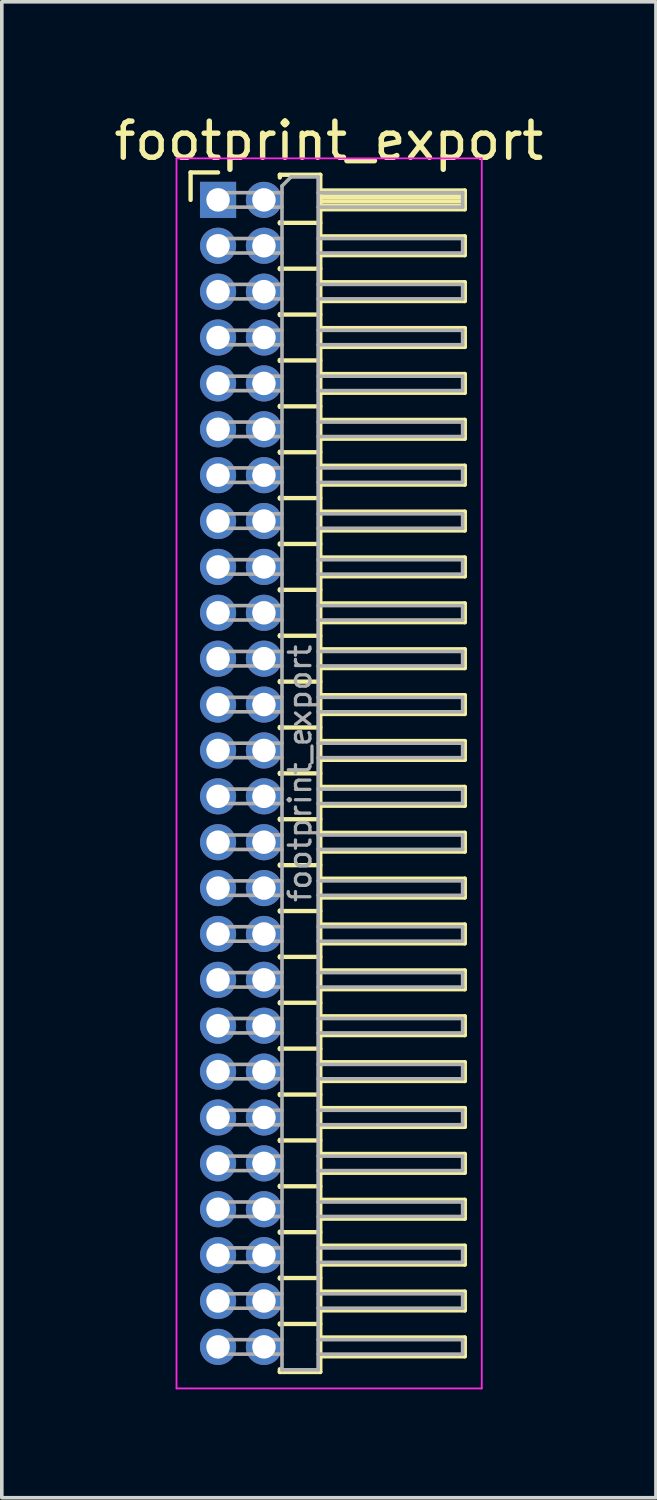
<source format=kicad_pcb>
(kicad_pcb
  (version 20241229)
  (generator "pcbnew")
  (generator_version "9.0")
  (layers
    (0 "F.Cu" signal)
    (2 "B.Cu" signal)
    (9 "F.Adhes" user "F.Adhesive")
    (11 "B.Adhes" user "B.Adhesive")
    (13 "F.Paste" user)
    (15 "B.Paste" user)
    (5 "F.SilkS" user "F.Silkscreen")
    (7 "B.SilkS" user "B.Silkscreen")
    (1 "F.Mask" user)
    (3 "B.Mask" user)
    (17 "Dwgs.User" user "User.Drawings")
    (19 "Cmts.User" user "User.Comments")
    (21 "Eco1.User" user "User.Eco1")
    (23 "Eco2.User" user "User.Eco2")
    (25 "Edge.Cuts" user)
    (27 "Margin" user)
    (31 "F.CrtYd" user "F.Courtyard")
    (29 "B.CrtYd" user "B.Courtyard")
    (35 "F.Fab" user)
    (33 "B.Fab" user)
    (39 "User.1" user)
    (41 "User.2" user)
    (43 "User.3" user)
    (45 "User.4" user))
  (footprint "footprint_export"
    (layer "F.Cu")
    (at 2.986 2.483)
    (property "Reference" "footprint_export" (at 3.067 -1.635 0) (layer "F.SilkS") (effects (font (size 1 1) (thickness 0.15))))
    (attr through_hole)
    (fp_line (start -0.76 -0.76) (end 0 -0.76) (stroke (width 0.12) (type solid)) (layer "F.SilkS"))
    (fp_line (start -0.76 0) (end -0.76 -0.76) (stroke (width 0.12) (type solid)) (layer "F.SilkS"))
    (fp_line (start 1.71 -0.695) (end 2.83 -0.695) (stroke (width 0.12) (type solid)) (layer "F.SilkS"))
    (fp_line (start 1.71 -0.62) (end 1.71 -0.695) (stroke (width 0.12) (type solid)) (layer "F.SilkS"))
    (fp_line (start 1.71 0.62) (end 1.71 0.65) (stroke (width 0.12) (type solid)) (layer "F.SilkS"))
    (fp_line (start 1.71 0.635) (end 2.83 0.635) (stroke (width 0.12) (type solid)) (layer "F.SilkS"))
    (fp_line (start 1.71 1.89) (end 1.71 1.92) (stroke (width 0.12) (type solid)) (layer "F.SilkS"))
    (fp_line (start 1.71 1.905) (end 2.83 1.905) (stroke (width 0.12) (type solid)) (layer "F.SilkS"))
    (fp_line (start 1.71 3.16) (end 1.71 3.19) (stroke (width 0.12) (type solid)) (layer "F.SilkS"))
    (fp_line (start 1.71 3.175) (end 2.83 3.175) (stroke (width 0.12) (type solid)) (layer "F.SilkS"))
    (fp_line (start 1.71 4.43) (end 1.71 4.46) (stroke (width 0.12) (type solid)) (layer "F.SilkS"))
    (fp_line (start 1.71 4.445) (end 2.83 4.445) (stroke (width 0.12) (type solid)) (layer "F.SilkS"))
    (fp_line (start 1.71 5.7) (end 1.71 5.73) (stroke (width 0.12) (type solid)) (layer "F.SilkS"))
    (fp_line (start 1.71 5.715) (end 2.83 5.715) (stroke (width 0.12) (type solid)) (layer "F.SilkS"))
    (fp_line (start 1.71 6.97) (end 1.71 7) (stroke (width 0.12) (type solid)) (layer "F.SilkS"))
    (fp_line (start 1.71 6.985) (end 2.83 6.985) (stroke (width 0.12) (type solid)) (layer "F.SilkS"))
    (fp_line (start 1.71 8.24) (end 1.71 8.27) (stroke (width 0.12) (type solid)) (layer "F.SilkS"))
    (fp_line (start 1.71 8.255) (end 2.83 8.255) (stroke (width 0.12) (type solid)) (layer "F.SilkS"))
    (fp_line (start 1.71 9.51) (end 1.71 9.54) (stroke (width 0.12) (type solid)) (layer "F.SilkS"))
    (fp_line (start 1.71 9.525) (end 2.83 9.525) (stroke (width 0.12) (type solid)) (layer "F.SilkS"))
    (fp_line (start 1.71 10.78) (end 1.71 10.81) (stroke (width 0.12) (type solid)) (layer "F.SilkS"))
    (fp_line (start 1.71 10.795) (end 2.83 10.795) (stroke (width 0.12) (type solid)) (layer "F.SilkS"))
    (fp_line (start 1.71 12.05) (end 1.71 12.08) (stroke (width 0.12) (type solid)) (layer "F.SilkS"))
    (fp_line (start 1.71 12.065) (end 2.83 12.065) (stroke (width 0.12) (type solid)) (layer "F.SilkS"))
    (fp_line (start 1.71 13.32) (end 1.71 13.35) (stroke (width 0.12) (type solid)) (layer "F.SilkS"))
    (fp_line (start 1.71 13.335) (end 2.83 13.335) (stroke (width 0.12) (type solid)) (layer "F.SilkS"))
    (fp_line (start 1.71 14.59) (end 1.71 14.62) (stroke (width 0.12) (type solid)) (layer "F.SilkS"))
    (fp_line (start 1.71 14.605) (end 2.83 14.605) (stroke (width 0.12) (type solid)) (layer "F.SilkS"))
    (fp_line (start 1.71 15.86) (end 1.71 15.89) (stroke (width 0.12) (type solid)) (layer "F.SilkS"))
    (fp_line (start 1.71 15.875) (end 2.83 15.875) (stroke (width 0.12) (type solid)) (layer "F.SilkS"))
    (fp_line (start 1.71 17.13) (end 1.71 17.16) (stroke (width 0.12) (type solid)) (layer "F.SilkS"))
    (fp_line (start 1.71 17.145) (end 2.83 17.145) (stroke (width 0.12) (type solid)) (layer "F.SilkS"))
    (fp_line (start 1.71 18.4) (end 1.71 18.43) (stroke (width 0.12) (type solid)) (layer "F.SilkS"))
    (fp_line (start 1.71 18.415) (end 2.83 18.415) (stroke (width 0.12) (type solid)) (layer "F.SilkS"))
    (fp_line (start 1.71 19.67) (end 1.71 19.7) (stroke (width 0.12) (type solid)) (layer "F.SilkS"))
    (fp_line (start 1.71 19.685) (end 2.83 19.685) (stroke (width 0.12) (type solid)) (layer "F.SilkS"))
    (fp_line (start 1.71 20.94) (end 1.71 20.97) (stroke (width 0.12) (type solid)) (layer "F.SilkS"))
    (fp_line (start 1.71 20.955) (end 2.83 20.955) (stroke (width 0.12) (type solid)) (layer "F.SilkS"))
    (fp_line (start 1.71 22.21) (end 1.71 22.24) (stroke (width 0.12) (type solid)) (layer "F.SilkS"))
    (fp_line (start 1.71 22.225) (end 2.83 22.225) (stroke (width 0.12) (type solid)) (layer "F.SilkS"))
    (fp_line (start 1.71 23.48) (end 1.71 23.51) (stroke (width 0.12) (type solid)) (layer "F.SilkS"))
    (fp_line (start 1.71 23.495) (end 2.83 23.495) (stroke (width 0.12) (type solid)) (layer "F.SilkS"))
    (fp_line (start 1.71 24.75) (end 1.71 24.78) (stroke (width 0.12) (type solid)) (layer "F.SilkS"))
    (fp_line (start 1.71 24.765) (end 2.83 24.765) (stroke (width 0.12) (type solid)) (layer "F.SilkS"))
    (fp_line (start 1.71 26.02) (end 1.71 26.05) (stroke (width 0.12) (type solid)) (layer "F.SilkS"))
    (fp_line (start 1.71 26.035) (end 2.83 26.035) (stroke (width 0.12) (type solid)) (layer "F.SilkS"))
    (fp_line (start 1.71 27.29) (end 1.71 27.32) (stroke (width 0.12) (type solid)) (layer "F.SilkS"))
    (fp_line (start 1.71 27.305) (end 2.83 27.305) (stroke (width 0.12) (type solid)) (layer "F.SilkS"))
    (fp_line (start 1.71 28.56) (end 1.71 28.59) (stroke (width 0.12) (type solid)) (layer "F.SilkS"))
    (fp_line (start 1.71 28.575) (end 2.83 28.575) (stroke (width 0.12) (type solid)) (layer "F.SilkS"))
    (fp_line (start 1.71 29.83) (end 1.71 29.86) (stroke (width 0.12) (type solid)) (layer "F.SilkS"))
    (fp_line (start 1.71 29.845) (end 2.83 29.845) (stroke (width 0.12) (type solid)) (layer "F.SilkS"))
    (fp_line (start 1.71 31.1) (end 1.71 31.13) (stroke (width 0.12) (type solid)) (layer "F.SilkS"))
    (fp_line (start 1.71 31.115) (end 2.83 31.115) (stroke (width 0.12) (type solid)) (layer "F.SilkS"))
    (fp_line (start 1.71 32.445) (end 1.71 32.37) (stroke (width 0.12) (type solid)) (layer "F.SilkS"))
    (fp_line (start 2.83 -0.695) (end 2.83 32.445) (stroke (width 0.12) (type solid)) (layer "F.SilkS"))
    (fp_line (start 2.83 -0.26) (end 6.83 -0.26) (stroke (width 0.12) (type solid)) (layer "F.SilkS"))
    (fp_line (start 2.83 -0.2) (end 6.83 -0.2) (stroke (width 0.12) (type solid)) (layer "F.SilkS"))
    (fp_line (start 2.83 -0.08) (end 6.83 -0.08) (stroke (width 0.12) (type solid)) (layer "F.SilkS"))
    (fp_line (start 2.83 0.04) (end 6.83 0.04) (stroke (width 0.12) (type solid)) (layer "F.SilkS"))
    (fp_line (start 2.83 0.16) (end 6.83 0.16) (stroke (width 0.12) (type solid)) (layer "F.SilkS"))
    (fp_line (start 2.83 1.01) (end 6.83 1.01) (stroke (width 0.12) (type solid)) (layer "F.SilkS"))
    (fp_line (start 2.83 2.28) (end 6.83 2.28) (stroke (width 0.12) (type solid)) (layer "F.SilkS"))
    (fp_line (start 2.83 3.55) (end 6.83 3.55) (stroke (width 0.12) (type solid)) (layer "F.SilkS"))
    (fp_line (start 2.83 4.82) (end 6.83 4.82) (stroke (width 0.12) (type solid)) (layer "F.SilkS"))
    (fp_line (start 2.83 6.09) (end 6.83 6.09) (stroke (width 0.12) (type solid)) (layer "F.SilkS"))
    (fp_line (start 2.83 7.36) (end 6.83 7.36) (stroke (width 0.12) (type solid)) (layer "F.SilkS"))
    (fp_line (start 2.83 8.63) (end 6.83 8.63) (stroke (width 0.12) (type solid)) (layer "F.SilkS"))
    (fp_line (start 2.83 9.9) (end 6.83 9.9) (stroke (width 0.12) (type solid)) (layer "F.SilkS"))
    (fp_line (start 2.83 11.17) (end 6.83 11.17) (stroke (width 0.12) (type solid)) (layer "F.SilkS"))
    (fp_line (start 2.83 12.44) (end 6.83 12.44) (stroke (width 0.12) (type solid)) (layer "F.SilkS"))
    (fp_line (start 2.83 13.71) (end 6.83 13.71) (stroke (width 0.12) (type solid)) (layer "F.SilkS"))
    (fp_line (start 2.83 14.98) (end 6.83 14.98) (stroke (width 0.12) (type solid)) (layer "F.SilkS"))
    (fp_line (start 2.83 16.25) (end 6.83 16.25) (stroke (width 0.12) (type solid)) (layer "F.SilkS"))
    (fp_line (start 2.83 17.52) (end 6.83 17.52) (stroke (width 0.12) (type solid)) (layer "F.SilkS"))
    (fp_line (start 2.83 18.79) (end 6.83 18.79) (stroke (width 0.12) (type solid)) (layer "F.SilkS"))
    (fp_line (start 2.83 20.06) (end 6.83 20.06) (stroke (width 0.12) (type solid)) (layer "F.SilkS"))
    (fp_line (start 2.83 21.33) (end 6.83 21.33) (stroke (width 0.12) (type solid)) (layer "F.SilkS"))
    (fp_line (start 2.83 22.6) (end 6.83 22.6) (stroke (width 0.12) (type solid)) (layer "F.SilkS"))
    (fp_line (start 2.83 23.87) (end 6.83 23.87) (stroke (width 0.12) (type solid)) (layer "F.SilkS"))
    (fp_line (start 2.83 25.14) (end 6.83 25.14) (stroke (width 0.12) (type solid)) (layer "F.SilkS"))
    (fp_line (start 2.83 26.41) (end 6.83 26.41) (stroke (width 0.12) (type solid)) (layer "F.SilkS"))
    (fp_line (start 2.83 27.68) (end 6.83 27.68) (stroke (width 0.12) (type solid)) (layer "F.SilkS"))
    (fp_line (start 2.83 28.95) (end 6.83 28.95) (stroke (width 0.12) (type solid)) (layer "F.SilkS"))
    (fp_line (start 2.83 30.22) (end 6.83 30.22) (stroke (width 0.12) (type solid)) (layer "F.SilkS"))
    (fp_line (start 2.83 31.49) (end 6.83 31.49) (stroke (width 0.12) (type solid)) (layer "F.SilkS"))
    (fp_line (start 2.83 32.445) (end 1.71 32.445) (stroke (width 0.12) (type solid)) (layer "F.SilkS"))
    (fp_line (start 6.83 -0.26) (end 6.83 0.26) (stroke (width 0.12) (type solid)) (layer "F.SilkS"))
    (fp_line (start 6.83 0.26) (end 2.83 0.26) (stroke (width 0.12) (type solid)) (layer "F.SilkS"))
    (fp_line (start 6.83 1.01) (end 6.83 1.53) (stroke (width 0.12) (type solid)) (layer "F.SilkS"))
    (fp_line (start 6.83 1.53) (end 2.83 1.53) (stroke (width 0.12) (type solid)) (layer "F.SilkS"))
    (fp_line (start 6.83 2.28) (end 6.83 2.8) (stroke (width 0.12) (type solid)) (layer "F.SilkS"))
    (fp_line (start 6.83 2.8) (end 2.83 2.8) (stroke (width 0.12) (type solid)) (layer "F.SilkS"))
    (fp_line (start 6.83 3.55) (end 6.83 4.07) (stroke (width 0.12) (type solid)) (layer "F.SilkS"))
    (fp_line (start 6.83 4.07) (end 2.83 4.07) (stroke (width 0.12) (type solid)) (layer "F.SilkS"))
    (fp_line (start 6.83 4.82) (end 6.83 5.34) (stroke (width 0.12) (type solid)) (layer "F.SilkS"))
    (fp_line (start 6.83 5.34) (end 2.83 5.34) (stroke (width 0.12) (type solid)) (layer "F.SilkS"))
    (fp_line (start 6.83 6.09) (end 6.83 6.61) (stroke (width 0.12) (type solid)) (layer "F.SilkS"))
    (fp_line (start 6.83 6.61) (end 2.83 6.61) (stroke (width 0.12) (type solid)) (layer "F.SilkS"))
    (fp_line (start 6.83 7.36) (end 6.83 7.88) (stroke (width 0.12) (type solid)) (layer "F.SilkS"))
    (fp_line (start 6.83 7.88) (end 2.83 7.88) (stroke (width 0.12) (type solid)) (layer "F.SilkS"))
    (fp_line (start 6.83 8.63) (end 6.83 9.15) (stroke (width 0.12) (type solid)) (layer "F.SilkS"))
    (fp_line (start 6.83 9.15) (end 2.83 9.15) (stroke (width 0.12) (type solid)) (layer "F.SilkS"))
    (fp_line (start 6.83 9.9) (end 6.83 10.42) (stroke (width 0.12) (type solid)) (layer "F.SilkS"))
    (fp_line (start 6.83 10.42) (end 2.83 10.42) (stroke (width 0.12) (type solid)) (layer "F.SilkS"))
    (fp_line (start 6.83 11.17) (end 6.83 11.69) (stroke (width 0.12) (type solid)) (layer "F.SilkS"))
    (fp_line (start 6.83 11.69) (end 2.83 11.69) (stroke (width 0.12) (type solid)) (layer "F.SilkS"))
    (fp_line (start 6.83 12.44) (end 6.83 12.96) (stroke (width 0.12) (type solid)) (layer "F.SilkS"))
    (fp_line (start 6.83 12.96) (end 2.83 12.96) (stroke (width 0.12) (type solid)) (layer "F.SilkS"))
    (fp_line (start 6.83 13.71) (end 6.83 14.23) (stroke (width 0.12) (type solid)) (layer "F.SilkS"))
    (fp_line (start 6.83 14.23) (end 2.83 14.23) (stroke (width 0.12) (type solid)) (layer "F.SilkS"))
    (fp_line (start 6.83 14.98) (end 6.83 15.5) (stroke (width 0.12) (type solid)) (layer "F.SilkS"))
    (fp_line (start 6.83 15.5) (end 2.83 15.5) (stroke (width 0.12) (type solid)) (layer "F.SilkS"))
    (fp_line (start 6.83 16.25) (end 6.83 16.77) (stroke (width 0.12) (type solid)) (layer "F.SilkS"))
    (fp_line (start 6.83 16.77) (end 2.83 16.77) (stroke (width 0.12) (type solid)) (layer "F.SilkS"))
    (fp_line (start 6.83 17.52) (end 6.83 18.04) (stroke (width 0.12) (type solid)) (layer "F.SilkS"))
    (fp_line (start 6.83 18.04) (end 2.83 18.04) (stroke (width 0.12) (type solid)) (layer "F.SilkS"))
    (fp_line (start 6.83 18.79) (end 6.83 19.31) (stroke (width 0.12) (type solid)) (layer "F.SilkS"))
    (fp_line (start 6.83 19.31) (end 2.83 19.31) (stroke (width 0.12) (type solid)) (layer "F.SilkS"))
    (fp_line (start 6.83 20.06) (end 6.83 20.58) (stroke (width 0.12) (type solid)) (layer "F.SilkS"))
    (fp_line (start 6.83 20.58) (end 2.83 20.58) (stroke (width 0.12) (type solid)) (layer "F.SilkS"))
    (fp_line (start 6.83 21.33) (end 6.83 21.85) (stroke (width 0.12) (type solid)) (layer "F.SilkS"))
    (fp_line (start 6.83 21.85) (end 2.83 21.85) (stroke (width 0.12) (type solid)) (layer "F.SilkS"))
    (fp_line (start 6.83 22.6) (end 6.83 23.12) (stroke (width 0.12) (type solid)) (layer "F.SilkS"))
    (fp_line (start 6.83 23.12) (end 2.83 23.12) (stroke (width 0.12) (type solid)) (layer "F.SilkS"))
    (fp_line (start 6.83 23.87) (end 6.83 24.39) (stroke (width 0.12) (type solid)) (layer "F.SilkS"))
    (fp_line (start 6.83 24.39) (end 2.83 24.39) (stroke (width 0.12) (type solid)) (layer "F.SilkS"))
    (fp_line (start 6.83 25.14) (end 6.83 25.66) (stroke (width 0.12) (type solid)) (layer "F.SilkS"))
    (fp_line (start 6.83 25.66) (end 2.83 25.66) (stroke (width 0.12) (type solid)) (layer "F.SilkS"))
    (fp_line (start 6.83 26.41) (end 6.83 26.93) (stroke (width 0.12) (type solid)) (layer "F.SilkS"))
    (fp_line (start 6.83 26.93) (end 2.83 26.93) (stroke (width 0.12) (type solid)) (layer "F.SilkS"))
    (fp_line (start 6.83 27.68) (end 6.83 28.2) (stroke (width 0.12) (type solid)) (layer "F.SilkS"))
    (fp_line (start 6.83 28.2) (end 2.83 28.2) (stroke (width 0.12) (type solid)) (layer "F.SilkS"))
    (fp_line (start 6.83 28.95) (end 6.83 29.47) (stroke (width 0.12) (type solid)) (layer "F.SilkS"))
    (fp_line (start 6.83 29.47) (end 2.83 29.47) (stroke (width 0.12) (type solid)) (layer "F.SilkS"))
    (fp_line (start 6.83 30.22) (end 6.83 30.74) (stroke (width 0.12) (type solid)) (layer "F.SilkS"))
    (fp_line (start 6.83 30.74) (end 2.83 30.74) (stroke (width 0.12) (type solid)) (layer "F.SilkS"))
    (fp_line (start 6.83 31.49) (end 6.83 32.01) (stroke (width 0.12) (type solid)) (layer "F.SilkS"))
    (fp_line (start 6.83 32.01) (end 2.83 32.01) (stroke (width 0.12) (type solid)) (layer "F.SilkS"))
    (fp_line (start -1.15 -1.15) (end -1.15 32.9) (stroke (width 0.05) (type solid)) (layer "F.CrtYd"))
    (fp_line (start -1.15 32.9) (end 7.3 32.9) (stroke (width 0.05) (type solid)) (layer "F.CrtYd"))
    (fp_line (start 7.3 -1.15) (end -1.15 -1.15) (stroke (width 0.05) (type solid)) (layer "F.CrtYd"))
    (fp_line (start 7.3 32.9) (end 7.3 -1.15) (stroke (width 0.05) (type solid)) (layer "F.CrtYd"))
    (fp_line (start -0.2 -0.2) (end -0.2 0.2) (stroke (width 0.1) (type solid)) (layer "F.Fab"))
    (fp_line (start -0.2 -0.2) (end 1.77 -0.2) (stroke (width 0.1) (type solid)) (layer "F.Fab"))
    (fp_line (start -0.2 0.2) (end 1.77 0.2) (stroke (width 0.1) (type solid)) (layer "F.Fab"))
    (fp_line (start -0.2 1.07) (end -0.2 1.47) (stroke (width 0.1) (type solid)) (layer "F.Fab"))
    (fp_line (start -0.2 1.07) (end 1.77 1.07) (stroke (width 0.1) (type solid)) (layer "F.Fab"))
    (fp_line (start -0.2 1.47) (end 1.77 1.47) (stroke (width 0.1) (type solid)) (layer "F.Fab"))
    (fp_line (start -0.2 2.34) (end -0.2 2.74) (stroke (width 0.1) (type solid)) (layer "F.Fab"))
    (fp_line (start -0.2 2.34) (end 1.77 2.34) (stroke (width 0.1) (type solid)) (layer "F.Fab"))
    (fp_line (start -0.2 2.74) (end 1.77 2.74) (stroke (width 0.1) (type solid)) (layer "F.Fab"))
    (fp_line (start -0.2 3.61) (end -0.2 4.01) (stroke (width 0.1) (type solid)) (layer "F.Fab"))
    (fp_line (start -0.2 3.61) (end 1.77 3.61) (stroke (width 0.1) (type solid)) (layer "F.Fab"))
    (fp_line (start -0.2 4.01) (end 1.77 4.01) (stroke (width 0.1) (type solid)) (layer "F.Fab"))
    (fp_line (start -0.2 4.88) (end -0.2 5.28) (stroke (width 0.1) (type solid)) (layer "F.Fab"))
    (fp_line (start -0.2 4.88) (end 1.77 4.88) (stroke (width 0.1) (type solid)) (layer "F.Fab"))
    (fp_line (start -0.2 5.28) (end 1.77 5.28) (stroke (width 0.1) (type solid)) (layer "F.Fab"))
    (fp_line (start -0.2 6.15) (end -0.2 6.55) (stroke (width 0.1) (type solid)) (layer "F.Fab"))
    (fp_line (start -0.2 6.15) (end 1.77 6.15) (stroke (width 0.1) (type solid)) (layer "F.Fab"))
    (fp_line (start -0.2 6.55) (end 1.77 6.55) (stroke (width 0.1) (type solid)) (layer "F.Fab"))
    (fp_line (start -0.2 7.42) (end -0.2 7.82) (stroke (width 0.1) (type solid)) (layer "F.Fab"))
    (fp_line (start -0.2 7.42) (end 1.77 7.42) (stroke (width 0.1) (type solid)) (layer "F.Fab"))
    (fp_line (start -0.2 7.82) (end 1.77 7.82) (stroke (width 0.1) (type solid)) (layer "F.Fab"))
    (fp_line (start -0.2 8.69) (end -0.2 9.09) (stroke (width 0.1) (type solid)) (layer "F.Fab"))
    (fp_line (start -0.2 8.69) (end 1.77 8.69) (stroke (width 0.1) (type solid)) (layer "F.Fab"))
    (fp_line (start -0.2 9.09) (end 1.77 9.09) (stroke (width 0.1) (type solid)) (layer "F.Fab"))
    (fp_line (start -0.2 9.96) (end -0.2 10.36) (stroke (width 0.1) (type solid)) (layer "F.Fab"))
    (fp_line (start -0.2 9.96) (end 1.77 9.96) (stroke (width 0.1) (type solid)) (layer "F.Fab"))
    (fp_line (start -0.2 10.36) (end 1.77 10.36) (stroke (width 0.1) (type solid)) (layer "F.Fab"))
    (fp_line (start -0.2 11.23) (end -0.2 11.63) (stroke (width 0.1) (type solid)) (layer "F.Fab"))
    (fp_line (start -0.2 11.23) (end 1.77 11.23) (stroke (width 0.1) (type solid)) (layer "F.Fab"))
    (fp_line (start -0.2 11.63) (end 1.77 11.63) (stroke (width 0.1) (type solid)) (layer "F.Fab"))
    (fp_line (start -0.2 12.5) (end -0.2 12.9) (stroke (width 0.1) (type solid)) (layer "F.Fab"))
    (fp_line (start -0.2 12.5) (end 1.77 12.5) (stroke (width 0.1) (type solid)) (layer "F.Fab"))
    (fp_line (start -0.2 12.9) (end 1.77 12.9) (stroke (width 0.1) (type solid)) (layer "F.Fab"))
    (fp_line (start -0.2 13.77) (end -0.2 14.17) (stroke (width 0.1) (type solid)) (layer "F.Fab"))
    (fp_line (start -0.2 13.77) (end 1.77 13.77) (stroke (width 0.1) (type solid)) (layer "F.Fab"))
    (fp_line (start -0.2 14.17) (end 1.77 14.17) (stroke (width 0.1) (type solid)) (layer "F.Fab"))
    (fp_line (start -0.2 15.04) (end -0.2 15.44) (stroke (width 0.1) (type solid)) (layer "F.Fab"))
    (fp_line (start -0.2 15.04) (end 1.77 15.04) (stroke (width 0.1) (type solid)) (layer "F.Fab"))
    (fp_line (start -0.2 15.44) (end 1.77 15.44) (stroke (width 0.1) (type solid)) (layer "F.Fab"))
    (fp_line (start -0.2 16.31) (end -0.2 16.71) (stroke (width 0.1) (type solid)) (layer "F.Fab"))
    (fp_line (start -0.2 16.31) (end 1.77 16.31) (stroke (width 0.1) (type solid)) (layer "F.Fab"))
    (fp_line (start -0.2 16.71) (end 1.77 16.71) (stroke (width 0.1) (type solid)) (layer "F.Fab"))
    (fp_line (start -0.2 17.58) (end -0.2 17.98) (stroke (width 0.1) (type solid)) (layer "F.Fab"))
    (fp_line (start -0.2 17.58) (end 1.77 17.58) (stroke (width 0.1) (type solid)) (layer "F.Fab"))
    (fp_line (start -0.2 17.98) (end 1.77 17.98) (stroke (width 0.1) (type solid)) (layer "F.Fab"))
    (fp_line (start -0.2 18.85) (end -0.2 19.25) (stroke (width 0.1) (type solid)) (layer "F.Fab"))
    (fp_line (start -0.2 18.85) (end 1.77 18.85) (stroke (width 0.1) (type solid)) (layer "F.Fab"))
    (fp_line (start -0.2 19.25) (end 1.77 19.25) (stroke (width 0.1) (type solid)) (layer "F.Fab"))
    (fp_line (start -0.2 20.12) (end -0.2 20.52) (stroke (width 0.1) (type solid)) (layer "F.Fab"))
    (fp_line (start -0.2 20.12) (end 1.77 20.12) (stroke (width 0.1) (type solid)) (layer "F.Fab"))
    (fp_line (start -0.2 20.52) (end 1.77 20.52) (stroke (width 0.1) (type solid)) (layer "F.Fab"))
    (fp_line (start -0.2 21.39) (end -0.2 21.79) (stroke (width 0.1) (type solid)) (layer "F.Fab"))
    (fp_line (start -0.2 21.39) (end 1.77 21.39) (stroke (width 0.1) (type solid)) (layer "F.Fab"))
    (fp_line (start -0.2 21.79) (end 1.77 21.79) (stroke (width 0.1) (type solid)) (layer "F.Fab"))
    (fp_line (start -0.2 22.66) (end -0.2 23.06) (stroke (width 0.1) (type solid)) (layer "F.Fab"))
    (fp_line (start -0.2 22.66) (end 1.77 22.66) (stroke (width 0.1) (type solid)) (layer "F.Fab"))
    (fp_line (start -0.2 23.06) (end 1.77 23.06) (stroke (width 0.1) (type solid)) (layer "F.Fab"))
    (fp_line (start -0.2 23.93) (end -0.2 24.33) (stroke (width 0.1) (type solid)) (layer "F.Fab"))
    (fp_line (start -0.2 23.93) (end 1.77 23.93) (stroke (width 0.1) (type solid)) (layer "F.Fab"))
    (fp_line (start -0.2 24.33) (end 1.77 24.33) (stroke (width 0.1) (type solid)) (layer "F.Fab"))
    (fp_line (start -0.2 25.2) (end -0.2 25.6) (stroke (width 0.1) (type solid)) (layer "F.Fab"))
    (fp_line (start -0.2 25.2) (end 1.77 25.2) (stroke (width 0.1) (type solid)) (layer "F.Fab"))
    (fp_line (start -0.2 25.6) (end 1.77 25.6) (stroke (width 0.1) (type solid)) (layer "F.Fab"))
    (fp_line (start -0.2 26.47) (end -0.2 26.87) (stroke (width 0.1) (type solid)) (layer "F.Fab"))
    (fp_line (start -0.2 26.47) (end 1.77 26.47) (stroke (width 0.1) (type solid)) (layer "F.Fab"))
    (fp_line (start -0.2 26.87) (end 1.77 26.87) (stroke (width 0.1) (type solid)) (layer "F.Fab"))
    (fp_line (start -0.2 27.74) (end -0.2 28.14) (stroke (width 0.1) (type solid)) (layer "F.Fab"))
    (fp_line (start -0.2 27.74) (end 1.77 27.74) (stroke (width 0.1) (type solid)) (layer "F.Fab"))
    (fp_line (start -0.2 28.14) (end 1.77 28.14) (stroke (width 0.1) (type solid)) (layer "F.Fab"))
    (fp_line (start -0.2 29.01) (end -0.2 29.41) (stroke (width 0.1) (type solid)) (layer "F.Fab"))
    (fp_line (start -0.2 29.01) (end 1.77 29.01) (stroke (width 0.1) (type solid)) (layer "F.Fab"))
    (fp_line (start -0.2 29.41) (end 1.77 29.41) (stroke (width 0.1) (type solid)) (layer "F.Fab"))
    (fp_line (start -0.2 30.28) (end -0.2 30.68) (stroke (width 0.1) (type solid)) (layer "F.Fab"))
    (fp_line (start -0.2 30.28) (end 1.77 30.28) (stroke (width 0.1) (type solid)) (layer "F.Fab"))
    (fp_line (start -0.2 30.68) (end 1.77 30.68) (stroke (width 0.1) (type solid)) (layer "F.Fab"))
    (fp_line (start -0.2 31.55) (end -0.2 31.95) (stroke (width 0.1) (type solid)) (layer "F.Fab"))
    (fp_line (start -0.2 31.55) (end 1.77 31.55) (stroke (width 0.1) (type solid)) (layer "F.Fab"))
    (fp_line (start -0.2 31.95) (end 1.77 31.95) (stroke (width 0.1) (type solid)) (layer "F.Fab"))
    (fp_line (start 1.77 -0.385) (end 2.02 -0.635) (stroke (width 0.1) (type solid)) (layer "F.Fab"))
    (fp_line (start 1.77 32.385) (end 1.77 -0.385) (stroke (width 0.1) (type solid)) (layer "F.Fab"))
    (fp_line (start 2.02 -0.635) (end 2.77 -0.635) (stroke (width 0.1) (type solid)) (layer "F.Fab"))
    (fp_line (start 2.77 -0.635) (end 2.77 32.385) (stroke (width 0.1) (type solid)) (layer "F.Fab"))
    (fp_line (start 2.77 -0.2) (end 6.77 -0.2) (stroke (width 0.1) (type solid)) (layer "F.Fab"))
    (fp_line (start 2.77 0.2) (end 6.77 0.2) (stroke (width 0.1) (type solid)) (layer "F.Fab"))
    (fp_line (start 2.77 1.07) (end 6.77 1.07) (stroke (width 0.1) (type solid)) (layer "F.Fab"))
    (fp_line (start 2.77 1.47) (end 6.77 1.47) (stroke (width 0.1) (type solid)) (layer "F.Fab"))
    (fp_line (start 2.77 2.34) (end 6.77 2.34) (stroke (width 0.1) (type solid)) (layer "F.Fab"))
    (fp_line (start 2.77 2.74) (end 6.77 2.74) (stroke (width 0.1) (type solid)) (layer "F.Fab"))
    (fp_line (start 2.77 3.61) (end 6.77 3.61) (stroke (width 0.1) (type solid)) (layer "F.Fab"))
    (fp_line (start 2.77 4.01) (end 6.77 4.01) (stroke (width 0.1) (type solid)) (layer "F.Fab"))
    (fp_line (start 2.77 4.88) (end 6.77 4.88) (stroke (width 0.1) (type solid)) (layer "F.Fab"))
    (fp_line (start 2.77 5.28) (end 6.77 5.28) (stroke (width 0.1) (type solid)) (layer "F.Fab"))
    (fp_line (start 2.77 6.15) (end 6.77 6.15) (stroke (width 0.1) (type solid)) (layer "F.Fab"))
    (fp_line (start 2.77 6.55) (end 6.77 6.55) (stroke (width 0.1) (type solid)) (layer "F.Fab"))
    (fp_line (start 2.77 7.42) (end 6.77 7.42) (stroke (width 0.1) (type solid)) (layer "F.Fab"))
    (fp_line (start 2.77 7.82) (end 6.77 7.82) (stroke (width 0.1) (type solid)) (layer "F.Fab"))
    (fp_line (start 2.77 8.69) (end 6.77 8.69) (stroke (width 0.1) (type solid)) (layer "F.Fab"))
    (fp_line (start 2.77 9.09) (end 6.77 9.09) (stroke (width 0.1) (type solid)) (layer "F.Fab"))
    (fp_line (start 2.77 9.96) (end 6.77 9.96) (stroke (width 0.1) (type solid)) (layer "F.Fab"))
    (fp_line (start 2.77 10.36) (end 6.77 10.36) (stroke (width 0.1) (type solid)) (layer "F.Fab"))
    (fp_line (start 2.77 11.23) (end 6.77 11.23) (stroke (width 0.1) (type solid)) (layer "F.Fab"))
    (fp_line (start 2.77 11.63) (end 6.77 11.63) (stroke (width 0.1) (type solid)) (layer "F.Fab"))
    (fp_line (start 2.77 12.5) (end 6.77 12.5) (stroke (width 0.1) (type solid)) (layer "F.Fab"))
    (fp_line (start 2.77 12.9) (end 6.77 12.9) (stroke (width 0.1) (type solid)) (layer "F.Fab"))
    (fp_line (start 2.77 13.77) (end 6.77 13.77) (stroke (width 0.1) (type solid)) (layer "F.Fab"))
    (fp_line (start 2.77 14.17) (end 6.77 14.17) (stroke (width 0.1) (type solid)) (layer "F.Fab"))
    (fp_line (start 2.77 15.04) (end 6.77 15.04) (stroke (width 0.1) (type solid)) (layer "F.Fab"))
    (fp_line (start 2.77 15.44) (end 6.77 15.44) (stroke (width 0.1) (type solid)) (layer "F.Fab"))
    (fp_line (start 2.77 16.31) (end 6.77 16.31) (stroke (width 0.1) (type solid)) (layer "F.Fab"))
    (fp_line (start 2.77 16.71) (end 6.77 16.71) (stroke (width 0.1) (type solid)) (layer "F.Fab"))
    (fp_line (start 2.77 17.58) (end 6.77 17.58) (stroke (width 0.1) (type solid)) (layer "F.Fab"))
    (fp_line (start 2.77 17.98) (end 6.77 17.98) (stroke (width 0.1) (type solid)) (layer "F.Fab"))
    (fp_line (start 2.77 18.85) (end 6.77 18.85) (stroke (width 0.1) (type solid)) (layer "F.Fab"))
    (fp_line (start 2.77 19.25) (end 6.77 19.25) (stroke (width 0.1) (type solid)) (layer "F.Fab"))
    (fp_line (start 2.77 20.12) (end 6.77 20.12) (stroke (width 0.1) (type solid)) (layer "F.Fab"))
    (fp_line (start 2.77 20.52) (end 6.77 20.52) (stroke (width 0.1) (type solid)) (layer "F.Fab"))
    (fp_line (start 2.77 21.39) (end 6.77 21.39) (stroke (width 0.1) (type solid)) (layer "F.Fab"))
    (fp_line (start 2.77 21.79) (end 6.77 21.79) (stroke (width 0.1) (type solid)) (layer "F.Fab"))
    (fp_line (start 2.77 22.66) (end 6.77 22.66) (stroke (width 0.1) (type solid)) (layer "F.Fab"))
    (fp_line (start 2.77 23.06) (end 6.77 23.06) (stroke (width 0.1) (type solid)) (layer "F.Fab"))
    (fp_line (start 2.77 23.93) (end 6.77 23.93) (stroke (width 0.1) (type solid)) (layer "F.Fab"))
    (fp_line (start 2.77 24.33) (end 6.77 24.33) (stroke (width 0.1) (type solid)) (layer "F.Fab"))
    (fp_line (start 2.77 25.2) (end 6.77 25.2) (stroke (width 0.1) (type solid)) (layer "F.Fab"))
    (fp_line (start 2.77 25.6) (end 6.77 25.6) (stroke (width 0.1) (type solid)) (layer "F.Fab"))
    (fp_line (start 2.77 26.47) (end 6.77 26.47) (stroke (width 0.1) (type solid)) (layer "F.Fab"))
    (fp_line (start 2.77 26.87) (end 6.77 26.87) (stroke (width 0.1) (type solid)) (layer "F.Fab"))
    (fp_line (start 2.77 27.74) (end 6.77 27.74) (stroke (width 0.1) (type solid)) (layer "F.Fab"))
    (fp_line (start 2.77 28.14) (end 6.77 28.14) (stroke (width 0.1) (type solid)) (layer "F.Fab"))
    (fp_line (start 2.77 29.01) (end 6.77 29.01) (stroke (width 0.1) (type solid)) (layer "F.Fab"))
    (fp_line (start 2.77 29.41) (end 6.77 29.41) (stroke (width 0.1) (type solid)) (layer "F.Fab"))
    (fp_line (start 2.77 30.28) (end 6.77 30.28) (stroke (width 0.1) (type solid)) (layer "F.Fab"))
    (fp_line (start 2.77 30.68) (end 6.77 30.68) (stroke (width 0.1) (type solid)) (layer "F.Fab"))
    (fp_line (start 2.77 31.55) (end 6.77 31.55) (stroke (width 0.1) (type solid)) (layer "F.Fab"))
    (fp_line (start 2.77 31.95) (end 6.77 31.95) (stroke (width 0.1) (type solid)) (layer "F.Fab"))
    (fp_line (start 2.77 32.385) (end 1.77 32.385) (stroke (width 0.1) (type solid)) (layer "F.Fab"))
    (fp_line (start 6.77 -0.2) (end 6.77 0.2) (stroke (width 0.1) (type solid)) (layer "F.Fab"))
    (fp_line (start 6.77 1.07) (end 6.77 1.47) (stroke (width 0.1) (type solid)) (layer "F.Fab"))
    (fp_line (start 6.77 2.34) (end 6.77 2.74) (stroke (width 0.1) (type solid)) (layer "F.Fab"))
    (fp_line (start 6.77 3.61) (end 6.77 4.01) (stroke (width 0.1) (type solid)) (layer "F.Fab"))
    (fp_line (start 6.77 4.88) (end 6.77 5.28) (stroke (width 0.1) (type solid)) (layer "F.Fab"))
    (fp_line (start 6.77 6.15) (end 6.77 6.55) (stroke (width 0.1) (type solid)) (layer "F.Fab"))
    (fp_line (start 6.77 7.42) (end 6.77 7.82) (stroke (width 0.1) (type solid)) (layer "F.Fab"))
    (fp_line (start 6.77 8.69) (end 6.77 9.09) (stroke (width 0.1) (type solid)) (layer "F.Fab"))
    (fp_line (start 6.77 9.96) (end 6.77 10.36) (stroke (width 0.1) (type solid)) (layer "F.Fab"))
    (fp_line (start 6.77 11.23) (end 6.77 11.63) (stroke (width 0.1) (type solid)) (layer "F.Fab"))
    (fp_line (start 6.77 12.5) (end 6.77 12.9) (stroke (width 0.1) (type solid)) (layer "F.Fab"))
    (fp_line (start 6.77 13.77) (end 6.77 14.17) (stroke (width 0.1) (type solid)) (layer "F.Fab"))
    (fp_line (start 6.77 15.04) (end 6.77 15.44) (stroke (width 0.1) (type solid)) (layer "F.Fab"))
    (fp_line (start 6.77 16.31) (end 6.77 16.71) (stroke (width 0.1) (type solid)) (layer "F.Fab"))
    (fp_line (start 6.77 17.58) (end 6.77 17.98) (stroke (width 0.1) (type solid)) (layer "F.Fab"))
    (fp_line (start 6.77 18.85) (end 6.77 19.25) (stroke (width 0.1) (type solid)) (layer "F.Fab"))
    (fp_line (start 6.77 20.12) (end 6.77 20.52) (stroke (width 0.1) (type solid)) (layer "F.Fab"))
    (fp_line (start 6.77 21.39) (end 6.77 21.79) (stroke (width 0.1) (type solid)) (layer "F.Fab"))
    (fp_line (start 6.77 22.66) (end 6.77 23.06) (stroke (width 0.1) (type solid)) (layer "F.Fab"))
    (fp_line (start 6.77 23.93) (end 6.77 24.33) (stroke (width 0.1) (type solid)) (layer "F.Fab"))
    (fp_line (start 6.77 25.2) (end 6.77 25.6) (stroke (width 0.1) (type solid)) (layer "F.Fab"))
    (fp_line (start 6.77 26.47) (end 6.77 26.87) (stroke (width 0.1) (type solid)) (layer "F.Fab"))
    (fp_line (start 6.77 27.74) (end 6.77 28.14) (stroke (width 0.1) (type solid)) (layer "F.Fab"))
    (fp_line (start 6.77 29.01) (end 6.77 29.41) (stroke (width 0.1) (type solid)) (layer "F.Fab"))
    (fp_line (start 6.77 30.28) (end 6.77 30.68) (stroke (width 0.1) (type solid)) (layer "F.Fab"))
    (fp_line (start 6.77 31.55) (end 6.77 31.95) (stroke (width 0.1) (type solid)) (layer "F.Fab"))
    (fp_text user "${REFERENCE}" (at 2.27 15.875 90) (layer "F.Fab") (effects (font (size 0.6 0.6) (thickness 0.09))))
    (pad "1" thru_hole rect (at 0 0) (size 1 1) (drill 0.65) (layers "*.Cu" "*.Mask"))
    (pad "2" thru_hole oval (at 1.27 0) (size 1 1) (drill 0.65) (layers "*.Cu" "*.Mask"))
    (pad "3" thru_hole oval (at 0 1.27) (size 1 1) (drill 0.65) (layers "*.Cu" "*.Mask"))
    (pad "4" thru_hole oval (at 1.27 1.27) (size 1 1) (drill 0.65) (layers "*.Cu" "*.Mask"))
    (pad "5" thru_hole oval (at 0 2.54) (size 1 1) (drill 0.65) (layers "*.Cu" "*.Mask"))
    (pad "6" thru_hole oval (at 1.27 2.54) (size 1 1) (drill 0.65) (layers "*.Cu" "*.Mask"))
    (pad "7" thru_hole oval (at 0 3.81) (size 1 1) (drill 0.65) (layers "*.Cu" "*.Mask"))
    (pad "8" thru_hole oval (at 1.27 3.81) (size 1 1) (drill 0.65) (layers "*.Cu" "*.Mask"))
    (pad "9" thru_hole oval (at 0 5.08) (size 1 1) (drill 0.65) (layers "*.Cu" "*.Mask"))
    (pad "10" thru_hole oval (at 1.27 5.08) (size 1 1) (drill 0.65) (layers "*.Cu" "*.Mask"))
    (pad "11" thru_hole oval (at 0 6.35) (size 1 1) (drill 0.65) (layers "*.Cu" "*.Mask"))
    (pad "12" thru_hole oval (at 1.27 6.35) (size 1 1) (drill 0.65) (layers "*.Cu" "*.Mask"))
    (pad "13" thru_hole oval (at 0 7.62) (size 1 1) (drill 0.65) (layers "*.Cu" "*.Mask"))
    (pad "14" thru_hole oval (at 1.27 7.62) (size 1 1) (drill 0.65) (layers "*.Cu" "*.Mask"))
    (pad "15" thru_hole oval (at 0 8.89) (size 1 1) (drill 0.65) (layers "*.Cu" "*.Mask"))
    (pad "16" thru_hole oval (at 1.27 8.89) (size 1 1) (drill 0.65) (layers "*.Cu" "*.Mask"))
    (pad "17" thru_hole oval (at 0 10.16) (size 1 1) (drill 0.65) (layers "*.Cu" "*.Mask"))
    (pad "18" thru_hole oval (at 1.27 10.16) (size 1 1) (drill 0.65) (layers "*.Cu" "*.Mask"))
    (pad "19" thru_hole oval (at 0 11.43) (size 1 1) (drill 0.65) (layers "*.Cu" "*.Mask"))
    (pad "20" thru_hole oval (at 1.27 11.43) (size 1 1) (drill 0.65) (layers "*.Cu" "*.Mask"))
    (pad "21" thru_hole oval (at 0 12.7) (size 1 1) (drill 0.65) (layers "*.Cu" "*.Mask"))
    (pad "22" thru_hole oval (at 1.27 12.7) (size 1 1) (drill 0.65) (layers "*.Cu" "*.Mask"))
    (pad "23" thru_hole oval (at 0 13.97) (size 1 1) (drill 0.65) (layers "*.Cu" "*.Mask"))
    (pad "24" thru_hole oval (at 1.27 13.97) (size 1 1) (drill 0.65) (layers "*.Cu" "*.Mask"))
    (pad "25" thru_hole oval (at 0 15.24) (size 1 1) (drill 0.65) (layers "*.Cu" "*.Mask"))
    (pad "26" thru_hole oval (at 1.27 15.24) (size 1 1) (drill 0.65) (layers "*.Cu" "*.Mask"))
    (pad "27" thru_hole oval (at 0 16.51) (size 1 1) (drill 0.65) (layers "*.Cu" "*.Mask"))
    (pad "28" thru_hole oval (at 1.27 16.51) (size 1 1) (drill 0.65) (layers "*.Cu" "*.Mask"))
    (pad "29" thru_hole oval (at 0 17.78) (size 1 1) (drill 0.65) (layers "*.Cu" "*.Mask"))
    (pad "30" thru_hole oval (at 1.27 17.78) (size 1 1) (drill 0.65) (layers "*.Cu" "*.Mask"))
    (pad "31" thru_hole oval (at 0 19.05) (size 1 1) (drill 0.65) (layers "*.Cu" "*.Mask"))
    (pad "32" thru_hole oval (at 1.27 19.05) (size 1 1) (drill 0.65) (layers "*.Cu" "*.Mask"))
    (pad "33" thru_hole oval (at 0 20.32) (size 1 1) (drill 0.65) (layers "*.Cu" "*.Mask"))
    (pad "34" thru_hole oval (at 1.27 20.32) (size 1 1) (drill 0.65) (layers "*.Cu" "*.Mask"))
    (pad "35" thru_hole oval (at 0 21.59) (size 1 1) (drill 0.65) (layers "*.Cu" "*.Mask"))
    (pad "36" thru_hole oval (at 1.27 21.59) (size 1 1) (drill 0.65) (layers "*.Cu" "*.Mask"))
    (pad "37" thru_hole oval (at 0 22.86) (size 1 1) (drill 0.65) (layers "*.Cu" "*.Mask"))
    (pad "38" thru_hole oval (at 1.27 22.86) (size 1 1) (drill 0.65) (layers "*.Cu" "*.Mask"))
    (pad "39" thru_hole oval (at 0 24.13) (size 1 1) (drill 0.65) (layers "*.Cu" "*.Mask"))
    (pad "40" thru_hole oval (at 1.27 24.13) (size 1 1) (drill 0.65) (layers "*.Cu" "*.Mask"))
    (pad "41" thru_hole oval (at 0 25.4) (size 1 1) (drill 0.65) (layers "*.Cu" "*.Mask"))
    (pad "42" thru_hole oval (at 1.27 25.4) (size 1 1) (drill 0.65) (layers "*.Cu" "*.Mask"))
    (pad "43" thru_hole oval (at 0 26.67) (size 1 1) (drill 0.65) (layers "*.Cu" "*.Mask"))
    (pad "44" thru_hole oval (at 1.27 26.67) (size 1 1) (drill 0.65) (layers "*.Cu" "*.Mask"))
    (pad "45" thru_hole oval (at 0 27.94) (size 1 1) (drill 0.65) (layers "*.Cu" "*.Mask"))
    (pad "46" thru_hole oval (at 1.27 27.94) (size 1 1) (drill 0.65) (layers "*.Cu" "*.Mask"))
    (pad "47" thru_hole oval (at 0 29.21) (size 1 1) (drill 0.65) (layers "*.Cu" "*.Mask"))
    (pad "48" thru_hole oval (at 1.27 29.21) (size 1 1) (drill 0.65) (layers "*.Cu" "*.Mask"))
    (pad "49" thru_hole oval (at 0 30.48) (size 1 1) (drill 0.65) (layers "*.Cu" "*.Mask"))
    (pad "50" thru_hole oval (at 1.27 30.48) (size 1 1) (drill 0.65) (layers "*.Cu" "*.Mask"))
    (pad "51" thru_hole oval (at 0 31.75) (size 1 1) (drill 0.65) (layers "*.Cu" "*.Mask"))
    (pad "52" thru_hole oval (at 1.27 31.75) (size 1 1) (drill 0.65) (layers "*.Cu" "*.Mask")))
  (gr_rect
    (start -3 -3)
    (end 15.107 38.408)
    (stroke (width 0.1) (type default))
    (fill no)
    (layer "Edge.Cuts")))
</source>
